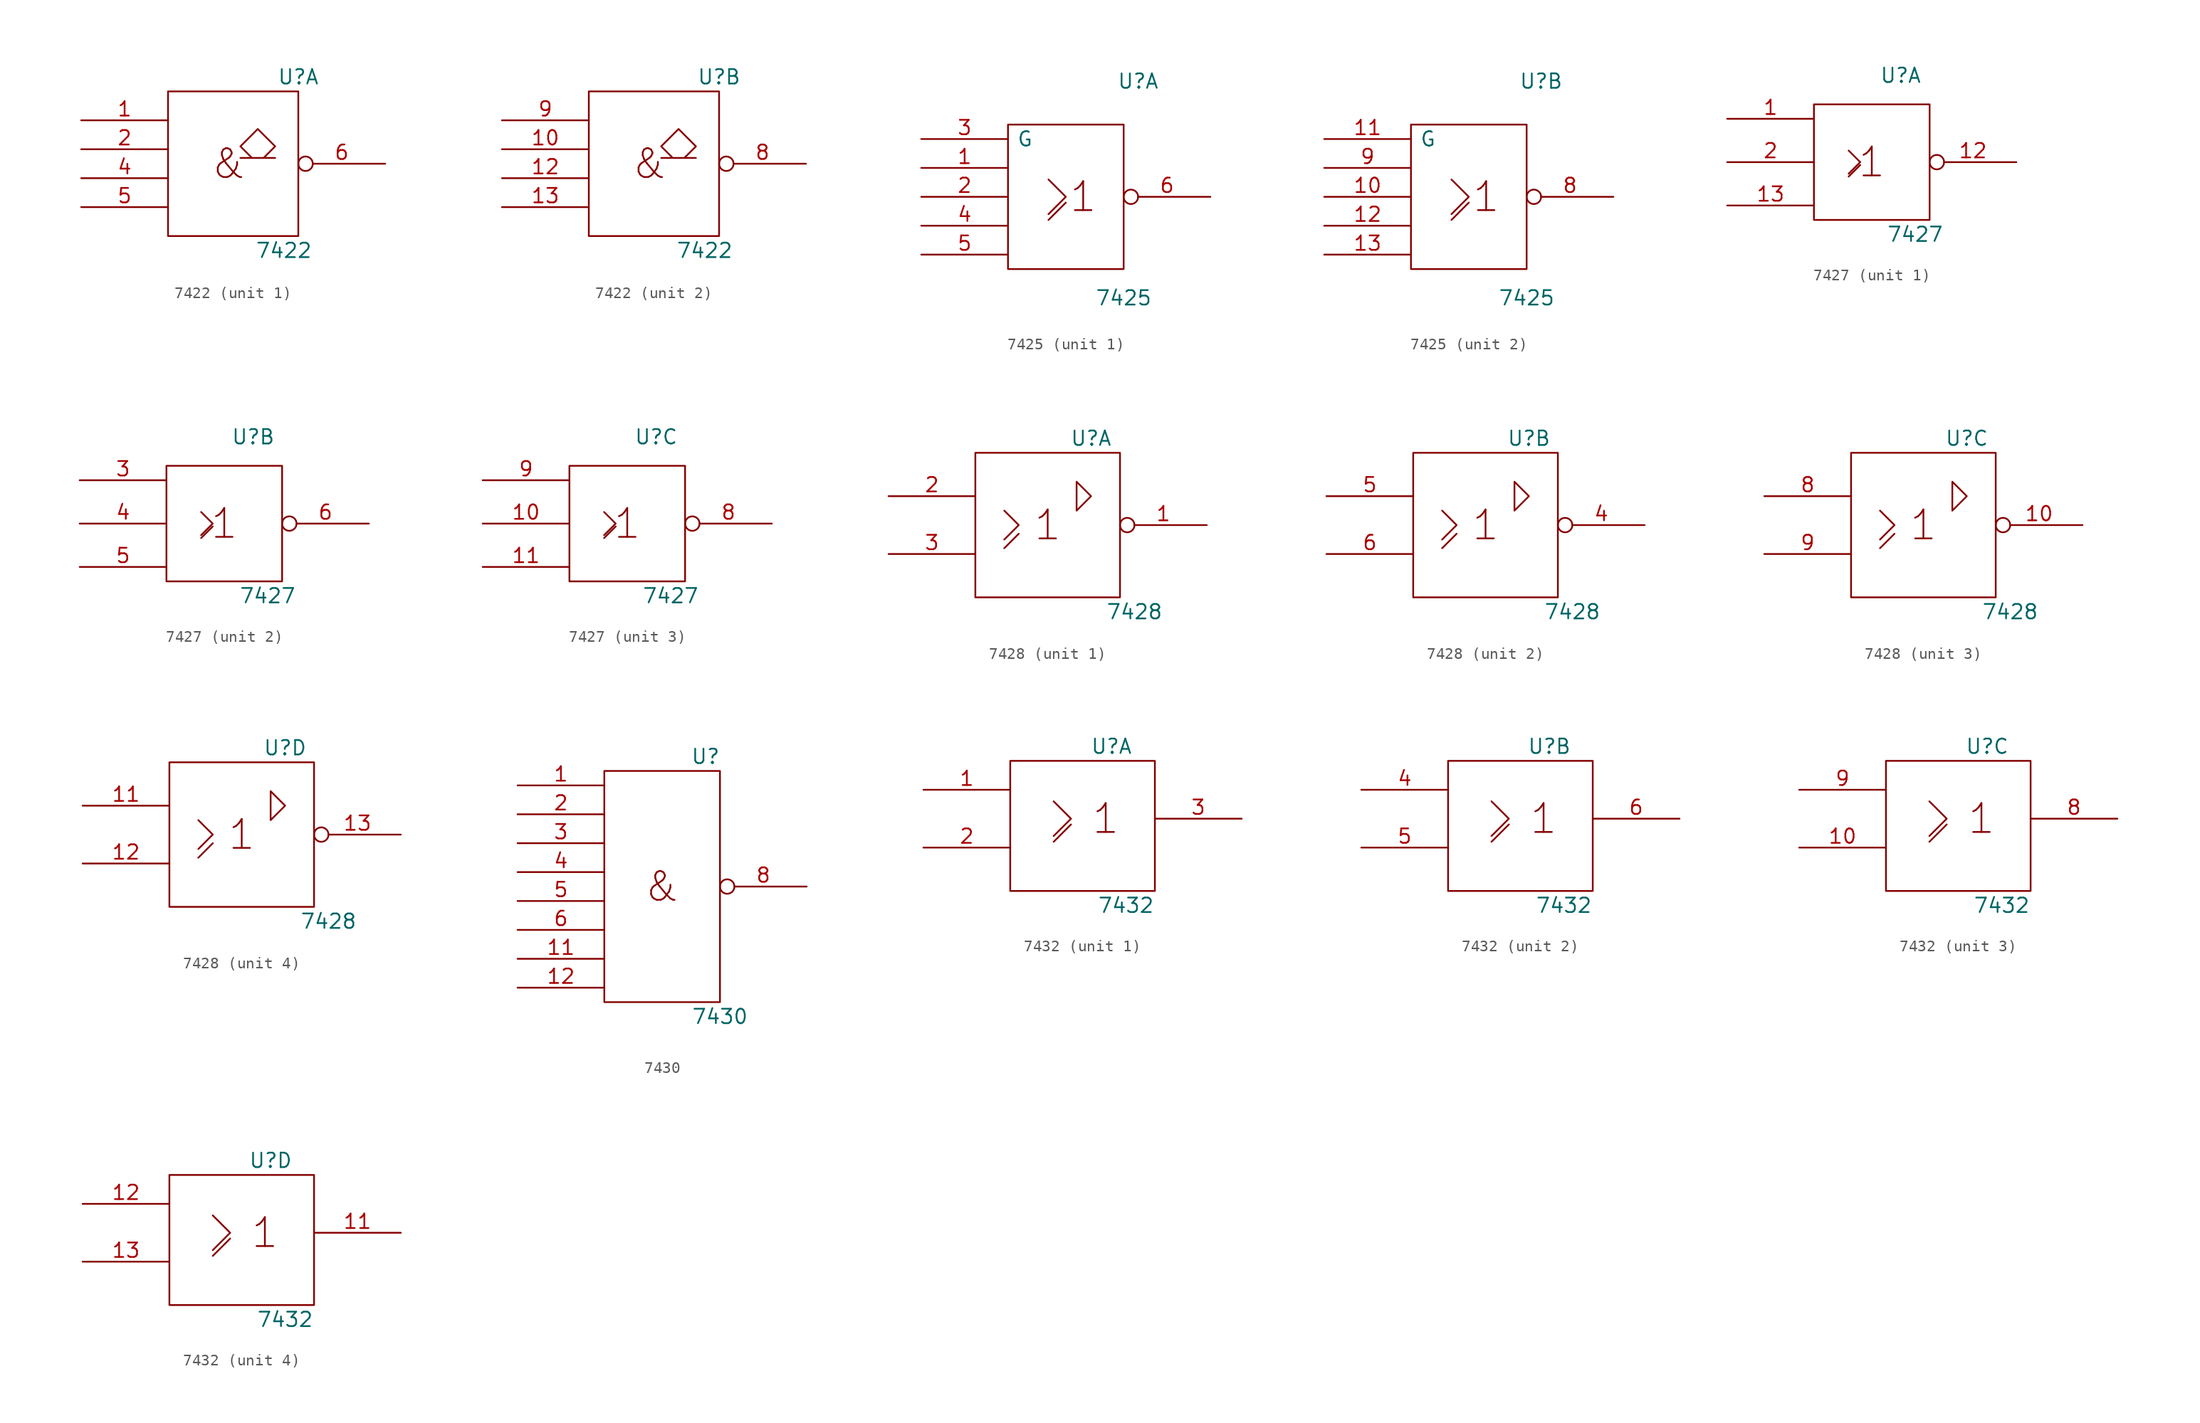
<source format=kicad_sym>
(kicad_symbol_lib
  (version 20211014)
  (generator kicad_symbol_editor)
  (symbol "7422"
    (pin_names
      (offset 0.762))
    (property "Reference" "U"
      (at 5.08 7.62 0)
      (effects (font (size 1.27 1.27))))
    (property "Value" "7422"
      (at 3.81 -7.62 0)
      (effects (font (size 1.27 1.27))))
    (symbol "7422_0_0"
      (text "&" (at -1.016 0 0) (effects (font (size 2.54 2.54)))))
    (symbol "7422_0_1"
      (rectangle (start -6.35 6.35) (end 5.08 -6.35) (stroke (width 0) (type default) (color 0 0 0 0)) (fill (type none)))
      (polyline (pts (xy 2.032 0.508) (xy 3.048 1.524) (xy 1.524 3.048) (xy 0 1.524) (xy 1.016 0.508) (xy 0 0.508) (xy 3.048 0.508) (xy 3.048 0.508)) (stroke (width 0) (type default) (color 0 0 0 0)) (fill (type none)))
      (pin power_in line (at 0 6.35 270) (length 0) hide (name "Vcc" (effects (font (size 1.27 1.27)))) (number "14" (effects (font (size 1.27 1.27)))))
      (pin power_in line (at 0 -6.35 90) (length 0) hide (name "Gnd" (effects (font (size 1.27 1.27)))) (number "7" (effects (font (size 1.27 1.27))))))
    (symbol "7422_1_1"
      (pin input line (at -13.97 3.81 0) (length 7.62) (name "~" (effects (font (size 1.27 1.27)))) (number "1" (effects (font (size 1.27 1.27)))))
      (pin input line (at -13.97 1.27 0) (length 7.62) (name "~" (effects (font (size 1.27 1.27)))) (number "2" (effects (font (size 1.27 1.27)))))
      (pin input line (at -13.97 -1.27 0) (length 7.62) (name "~" (effects (font (size 1.27 1.27)))) (number "4" (effects (font (size 1.27 1.27)))))
      (pin input line (at -13.97 -3.81 0) (length 7.62) (name "~" (effects (font (size 1.27 1.27)))) (number "5" (effects (font (size 1.27 1.27)))))
      (pin open_collector inverted (at 12.7 0 180) (length 7.62) (name "~" (effects (font (size 1.27 1.27)))) (number "6" (effects (font (size 1.27 1.27))))))
    (symbol "7422_2_1"
      (pin input line (at -13.97 1.27 0) (length 7.62) (name "~" (effects (font (size 1.27 1.27)))) (number "10" (effects (font (size 1.27 1.27)))))
      (pin input line (at -13.97 -1.27 0) (length 7.62) (name "~" (effects (font (size 1.27 1.27)))) (number "12" (effects (font (size 1.27 1.27)))))
      (pin input line (at -13.97 -3.81 0) (length 7.62) (name "~" (effects (font (size 1.27 1.27)))) (number "13" (effects (font (size 1.27 1.27)))))
      (pin open_collector inverted (at 12.7 0 180) (length 7.62) (name "~" (effects (font (size 1.27 1.27)))) (number "8" (effects (font (size 1.27 1.27)))))
      (pin input line (at -13.97 3.81 0) (length 7.62) (name "~" (effects (font (size 1.27 1.27)))) (number "9" (effects (font (size 1.27 1.27)))))))
  (symbol "7425"
    (pin_names
      (offset 0.762))
    (property "Reference" "U"
      (at 6.35 10.16 0)
      (effects (font (size 1.27 1.27))))
    (property "Value" "7425"
      (at 5.08 -8.89 0)
      (effects (font (size 1.27 1.27))))
    (symbol "7425_0_0"
      (polyline (pts (xy -1.524 -2.032) (xy 0 -0.508) (xy 0 -0.508)) (stroke (width 0) (type default) (color 0 0 0 0)) (fill (type none)))
      (polyline (pts (xy -1.524 1.524) (xy 0 0) (xy -1.524 -1.524) (xy -1.524 -1.524)) (stroke (width 0) (type default) (color 0 0 0 0)) (fill (type none)))
      (text "1" (at 1.524 0 0) (effects (font (size 2.54 2.54)))))
    (symbol "7425_0_1"
      (rectangle (start -5.08 6.35) (end 5.08 -6.35) (stroke (width 0) (type default) (color 0 0 0 0)) (fill (type none)))
      (pin power_in line (at 0 6.35 270) (length 0) hide (name "Vcc" (effects (font (size 1.27 1.27)))) (number "14" (effects (font (size 1.27 1.27)))))
      (pin power_in line (at 0 -6.35 90) (length 0) hide (name "Gnd" (effects (font (size 1.27 1.27)))) (number "7" (effects (font (size 1.27 1.27))))))
    (symbol "7425_1_1"
      (pin input line (at -12.7 2.54 0) (length 7.62) (name "~" (effects (font (size 1.27 1.27)))) (number "1" (effects (font (size 1.27 1.27)))))
      (pin input line (at -12.7 0 0) (length 7.62) (name "~" (effects (font (size 1.27 1.27)))) (number "2" (effects (font (size 1.27 1.27)))))
      (pin input line (at -12.7 5.08 0) (length 7.62) (name "G" (effects (font (size 1.27 1.27)))) (number "3" (effects (font (size 1.27 1.27)))))
      (pin input line (at -12.7 -2.54 0) (length 7.62) (name "~" (effects (font (size 1.27 1.27)))) (number "4" (effects (font (size 1.27 1.27)))))
      (pin input line (at -12.7 -5.08 0) (length 7.62) (name "~" (effects (font (size 1.27 1.27)))) (number "5" (effects (font (size 1.27 1.27)))))
      (pin output inverted (at 12.7 0 180) (length 7.62) (name "~" (effects (font (size 1.27 1.27)))) (number "6" (effects (font (size 1.27 1.27))))))
    (symbol "7425_2_1"
      (pin input line (at -12.7 0 0) (length 7.62) (name "~" (effects (font (size 1.27 1.27)))) (number "10" (effects (font (size 1.27 1.27)))))
      (pin input line (at -12.7 5.08 0) (length 7.62) (name "G" (effects (font (size 1.27 1.27)))) (number "11" (effects (font (size 1.27 1.27)))))
      (pin input line (at -12.7 -2.54 0) (length 7.62) (name "~" (effects (font (size 1.27 1.27)))) (number "12" (effects (font (size 1.27 1.27)))))
      (pin input line (at -12.7 -5.08 0) (length 7.62) (name "~" (effects (font (size 1.27 1.27)))) (number "13" (effects (font (size 1.27 1.27)))))
      (pin output inverted (at 12.7 0 180) (length 7.62) (name "~" (effects (font (size 1.27 1.27)))) (number "8" (effects (font (size 1.27 1.27)))))
      (pin input line (at -12.7 2.54 0) (length 7.62) (name "~" (effects (font (size 1.27 1.27)))) (number "9" (effects (font (size 1.27 1.27)))))))
  (symbol "7427"
    (pin_names
      (offset 0.762))
    (property "Reference" "U"
      (at 2.54 7.62 0)
      (effects (font (size 1.27 1.27))))
    (property "Value" "7427"
      (at 3.81 -6.35 0)
      (effects (font (size 1.27 1.27))))
    (symbol "7427_0_0"
      (polyline (pts (xy -2.032 -1.27) (xy -1.016 -0.254) (xy -1.016 -0.254)) (stroke (width 0) (type default) (color 0 0 0 0)) (fill (type none)))
      (polyline (pts (xy -2.032 1.016) (xy -1.016 0) (xy -2.032 -1.016) (xy -2.032 -1.016)) (stroke (width 0) (type default) (color 0 0 0 0)) (fill (type none)))
      (text "1" (at 0 0 0) (effects (font (size 2.54 2.54)))))
    (symbol "7427_0_1"
      (rectangle (start -5.08 5.08) (end 5.08 -5.08) (stroke (width 0) (type default) (color 0 0 0 0)) (fill (type none)))
      (pin power_in line (at 0 5.08 270) (length 0) hide (name "Vcc" (effects (font (size 1.27 1.27)))) (number "14" (effects (font (size 1.27 1.27)))))
      (pin power_in line (at 0 -5.08 90) (length 0) hide (name "Gnd" (effects (font (size 1.27 1.27)))) (number "7" (effects (font (size 1.27 1.27))))))
    (symbol "7427_1_1"
      (pin input line (at -12.7 3.81 0) (length 7.62) (name "~" (effects (font (size 1.27 1.27)))) (number "1" (effects (font (size 1.27 1.27)))))
      (pin output inverted (at 12.7 0 180) (length 7.62) (name "~" (effects (font (size 1.27 1.27)))) (number "12" (effects (font (size 1.27 1.27)))))
      (pin input line (at -12.7 -3.81 0) (length 7.62) (name "~" (effects (font (size 1.27 1.27)))) (number "13" (effects (font (size 1.27 1.27)))))
      (pin input line (at -12.7 0 0) (length 7.62) (name "~" (effects (font (size 1.27 1.27)))) (number "2" (effects (font (size 1.27 1.27))))))
    (symbol "7427_2_1"
      (pin input line (at -12.7 3.81 0) (length 7.62) (name "~" (effects (font (size 1.27 1.27)))) (number "3" (effects (font (size 1.27 1.27)))))
      (pin input line (at -12.7 0 0) (length 7.62) (name "~" (effects (font (size 1.27 1.27)))) (number "4" (effects (font (size 1.27 1.27)))))
      (pin input line (at -12.7 -3.81 0) (length 7.62) (name "~" (effects (font (size 1.27 1.27)))) (number "5" (effects (font (size 1.27 1.27)))))
      (pin output inverted (at 12.7 0 180) (length 7.62) (name "~" (effects (font (size 1.27 1.27)))) (number "6" (effects (font (size 1.27 1.27))))))
    (symbol "7427_3_1"
      (pin input line (at -12.7 0 0) (length 7.62) (name "~" (effects (font (size 1.27 1.27)))) (number "10" (effects (font (size 1.27 1.27)))))
      (pin input line (at -12.7 -3.81 0) (length 7.62) (name "~" (effects (font (size 1.27 1.27)))) (number "11" (effects (font (size 1.27 1.27)))))
      (pin output inverted (at 12.7 0 180) (length 7.62) (name "~" (effects (font (size 1.27 1.27)))) (number "8" (effects (font (size 1.27 1.27)))))
      (pin input line (at -12.7 3.81 0) (length 7.62) (name "~" (effects (font (size 1.27 1.27)))) (number "9" (effects (font (size 1.27 1.27)))))))
  (symbol "7428"
    (pin_names
      (offset 0.762))
    (property "Reference" "U"
      (at 3.81 7.62 0)
      (effects (font (size 1.27 1.27))))
    (property "Value" "7428"
      (at 7.62 -7.62 0)
      (effects (font (size 1.27 1.27))))
    (symbol "7428_0_0"
      (polyline (pts (xy -3.81 -2.032) (xy -2.54 -0.762) (xy -2.54 -0.762)) (stroke (width 0) (type default) (color 0 0 0 0)) (fill (type none)))
      (polyline (pts (xy -3.81 1.27) (xy -2.54 0) (xy -3.81 -1.27) (xy -3.81 -1.27)) (stroke (width 0) (type default) (color 0 0 0 0)) (fill (type none)))
      (text "1" (at 0 0 0) (effects (font (size 2.54 2.54))))
      (pin power_in line (at 0 6.35 270) (length 0) hide (name "Vcc" (effects (font (size 1.27 1.27)))) (number "14" (effects (font (size 1.27 1.27)))))
      (pin power_in line (at 0 -6.35 90) (length 0) hide (name "Gnd" (effects (font (size 1.27 1.27)))) (number "7" (effects (font (size 1.27 1.27))))))
    (symbol "7428_0_1"
      (rectangle (start -6.35 6.35) (end 6.35 -6.35) (stroke (width 0) (type default) (color 0 0 0 0)) (fill (type none)))
      (polyline (pts (xy 2.54 1.27) (xy 2.54 3.81) (xy 3.81 2.54) (xy 2.54 1.27) (xy 2.54 1.27)) (stroke (width 0) (type default) (color 0 0 0 0)) (fill (type none))))
    (symbol "7428_1_1"
      (pin output inverted (at 13.97 0 180) (length 7.62) (name "~" (effects (font (size 1.27 1.27)))) (number "1" (effects (font (size 1.27 1.27)))))
      (pin input line (at -13.97 2.54 0) (length 7.62) (name "~" (effects (font (size 1.27 1.27)))) (number "2" (effects (font (size 1.27 1.27)))))
      (pin input line (at -13.97 -2.54 0) (length 7.62) (name "~" (effects (font (size 1.27 1.27)))) (number "3" (effects (font (size 1.27 1.27))))))
    (symbol "7428_2_1"
      (pin output inverted (at 13.97 0 180) (length 7.62) (name "~" (effects (font (size 1.27 1.27)))) (number "4" (effects (font (size 1.27 1.27)))))
      (pin input line (at -13.97 2.54 0) (length 7.62) (name "~" (effects (font (size 1.27 1.27)))) (number "5" (effects (font (size 1.27 1.27)))))
      (pin input line (at -13.97 -2.54 0) (length 7.62) (name "~" (effects (font (size 1.27 1.27)))) (number "6" (effects (font (size 1.27 1.27))))))
    (symbol "7428_3_1"
      (pin output inverted (at 13.97 0 180) (length 7.62) (name "~" (effects (font (size 1.27 1.27)))) (number "10" (effects (font (size 1.27 1.27)))))
      (pin input line (at -13.97 2.54 0) (length 7.62) (name "~" (effects (font (size 1.27 1.27)))) (number "8" (effects (font (size 1.27 1.27)))))
      (pin input line (at -13.97 -2.54 0) (length 7.62) (name "~" (effects (font (size 1.27 1.27)))) (number "9" (effects (font (size 1.27 1.27))))))
    (symbol "7428_4_1"
      (pin input line (at -13.97 2.54 0) (length 7.62) (name "~" (effects (font (size 1.27 1.27)))) (number "11" (effects (font (size 1.27 1.27)))))
      (pin input line (at -13.97 -2.54 0) (length 7.62) (name "~" (effects (font (size 1.27 1.27)))) (number "12" (effects (font (size 1.27 1.27)))))
      (pin output inverted (at 13.97 0 180) (length 7.62) (name "~" (effects (font (size 1.27 1.27)))) (number "13" (effects (font (size 1.27 1.27)))))))
  (symbol "7430"
    (pin_names
      (offset 0.762))
    (property "Reference" "U"
      (at 3.81 11.43 0)
      (effects (font (size 1.27 1.27))))
    (property "Value" "7430"
      (at 5.08 -11.43 0)
      (effects (font (size 1.27 1.27))))
    (symbol "7430_0_0"
      (text "&" (at 0 0 0) (effects (font (size 2.54 2.54)))))
    (symbol "7430_0_1"
      (rectangle (start -5.08 10.16) (end 5.08 -10.16) (stroke (width 0) (type default) (color 0 0 0 0)) (fill (type none)))
      (pin power_in line (at 0 10.16 270) (length 0) hide (name "Vcc" (effects (font (size 1.27 1.27)))) (number "14" (effects (font (size 1.27 1.27)))))
      (pin power_in line (at 0 -10.16 90) (length 0) hide (name "Gnd" (effects (font (size 1.27 1.27)))) (number "7" (effects (font (size 1.27 1.27))))))
    (symbol "7430_1_1"
      (pin input line (at -12.7 8.89 0) (length 7.62) (name "~" (effects (font (size 1.27 1.27)))) (number "1" (effects (font (size 1.27 1.27)))))
      (pin input line (at -12.7 -6.35 0) (length 7.62) (name "~" (effects (font (size 1.27 1.27)))) (number "11" (effects (font (size 1.27 1.27)))))
      (pin input line (at -12.7 -8.89 0) (length 7.62) (name "~" (effects (font (size 1.27 1.27)))) (number "12" (effects (font (size 1.27 1.27)))))
      (pin input line (at -12.7 6.35 0) (length 7.62) (name "~" (effects (font (size 1.27 1.27)))) (number "2" (effects (font (size 1.27 1.27)))))
      (pin input line (at -12.7 3.81 0) (length 7.62) (name "~" (effects (font (size 1.27 1.27)))) (number "3" (effects (font (size 1.27 1.27)))))
      (pin input line (at -12.7 1.27 0) (length 7.62) (name "~" (effects (font (size 1.27 1.27)))) (number "4" (effects (font (size 1.27 1.27)))))
      (pin input line (at -12.7 -1.27 0) (length 7.62) (name "~" (effects (font (size 1.27 1.27)))) (number "5" (effects (font (size 1.27 1.27)))))
      (pin input line (at -12.7 -3.81 0) (length 7.62) (name "~" (effects (font (size 1.27 1.27)))) (number "6" (effects (font (size 1.27 1.27)))))
      (pin output inverted (at 12.7 0 180) (length 7.62) (name "~" (effects (font (size 1.27 1.27)))) (number "8" (effects (font (size 1.27 1.27)))))))
  (symbol "7432"
    (pin_names
      (offset 0.762))
    (property "Reference" "U"
      (at 2.54 6.35 0)
      (effects (font (size 1.27 1.27))))
    (property "Value" "7432"
      (at 3.81 -7.62 0)
      (effects (font (size 1.27 1.27))))
    (symbol "7432_0_1"
      (rectangle (start -6.35 5.08) (end 6.35 -6.35) (stroke (width 0) (type default) (color 0 0 0 0)) (fill (type none)))
      (polyline (pts (xy -2.54 -2.032) (xy -1.016 -0.508) (xy -1.016 -0.508)) (stroke (width 0) (type default) (color 0 0 0 0)) (fill (type none)))
      (polyline (pts (xy -2.54 1.524) (xy -2.54 1.524) (xy -1.016 0) (xy -2.54 -1.524) (xy -2.54 -1.524)) (stroke (width 0) (type default) (color 0 0 0 0)) (fill (type none)))
      (text "1" (at 2.032 0 0) (effects (font (size 2.54 2.54))))
      (pin power_in line (at 0 5.08 270) (length 0) hide (name "Vcc" (effects (font (size 1.27 1.27)))) (number "14" (effects (font (size 1.27 1.27)))))
      (pin power_in line (at 0 -6.35 90) (length 0) hide (name "Gnd" (effects (font (size 1.27 1.27)))) (number "7" (effects (font (size 1.27 1.27))))))
    (symbol "7432_1_1"
      (pin input line (at -13.97 2.54 0) (length 7.62) (name "~" (effects (font (size 1.27 1.27)))) (number "1" (effects (font (size 1.27 1.27)))))
      (pin input line (at -13.97 -2.54 0) (length 7.62) (name "~" (effects (font (size 1.27 1.27)))) (number "2" (effects (font (size 1.27 1.27)))))
      (pin output line (at 13.97 0 180) (length 7.62) (name "~" (effects (font (size 1.27 1.27)))) (number "3" (effects (font (size 1.27 1.27))))))
    (symbol "7432_2_1"
      (pin input line (at -13.97 2.54 0) (length 7.62) (name "~" (effects (font (size 1.27 1.27)))) (number "4" (effects (font (size 1.27 1.27)))))
      (pin input line (at -13.97 -2.54 0) (length 7.62) (name "~" (effects (font (size 1.27 1.27)))) (number "5" (effects (font (size 1.27 1.27)))))
      (pin output line (at 13.97 0 180) (length 7.62) (name "~" (effects (font (size 1.27 1.27)))) (number "6" (effects (font (size 1.27 1.27))))))
    (symbol "7432_3_1"
      (pin input line (at -13.97 -2.54 0) (length 7.62) (name "~" (effects (font (size 1.27 1.27)))) (number "10" (effects (font (size 1.27 1.27)))))
      (pin output line (at 13.97 0 180) (length 7.62) (name "~" (effects (font (size 1.27 1.27)))) (number "8" (effects (font (size 1.27 1.27)))))
      (pin input line (at -13.97 2.54 0) (length 7.62) (name "~" (effects (font (size 1.27 1.27)))) (number "9" (effects (font (size 1.27 1.27))))))
    (symbol "7432_4_1"
      (pin output line (at 13.97 0 180) (length 7.62) (name "~" (effects (font (size 1.27 1.27)))) (number "11" (effects (font (size 1.27 1.27)))))
      (pin input line (at -13.97 2.54 0) (length 7.62) (name "~" (effects (font (size 1.27 1.27)))) (number "12" (effects (font (size 1.27 1.27)))))
      (pin input line (at -13.97 -2.54 0) (length 7.62) (name "~" (effects (font (size 1.27 1.27)))) (number "13" (effects (font (size 1.27 1.27))))))))
</source>
